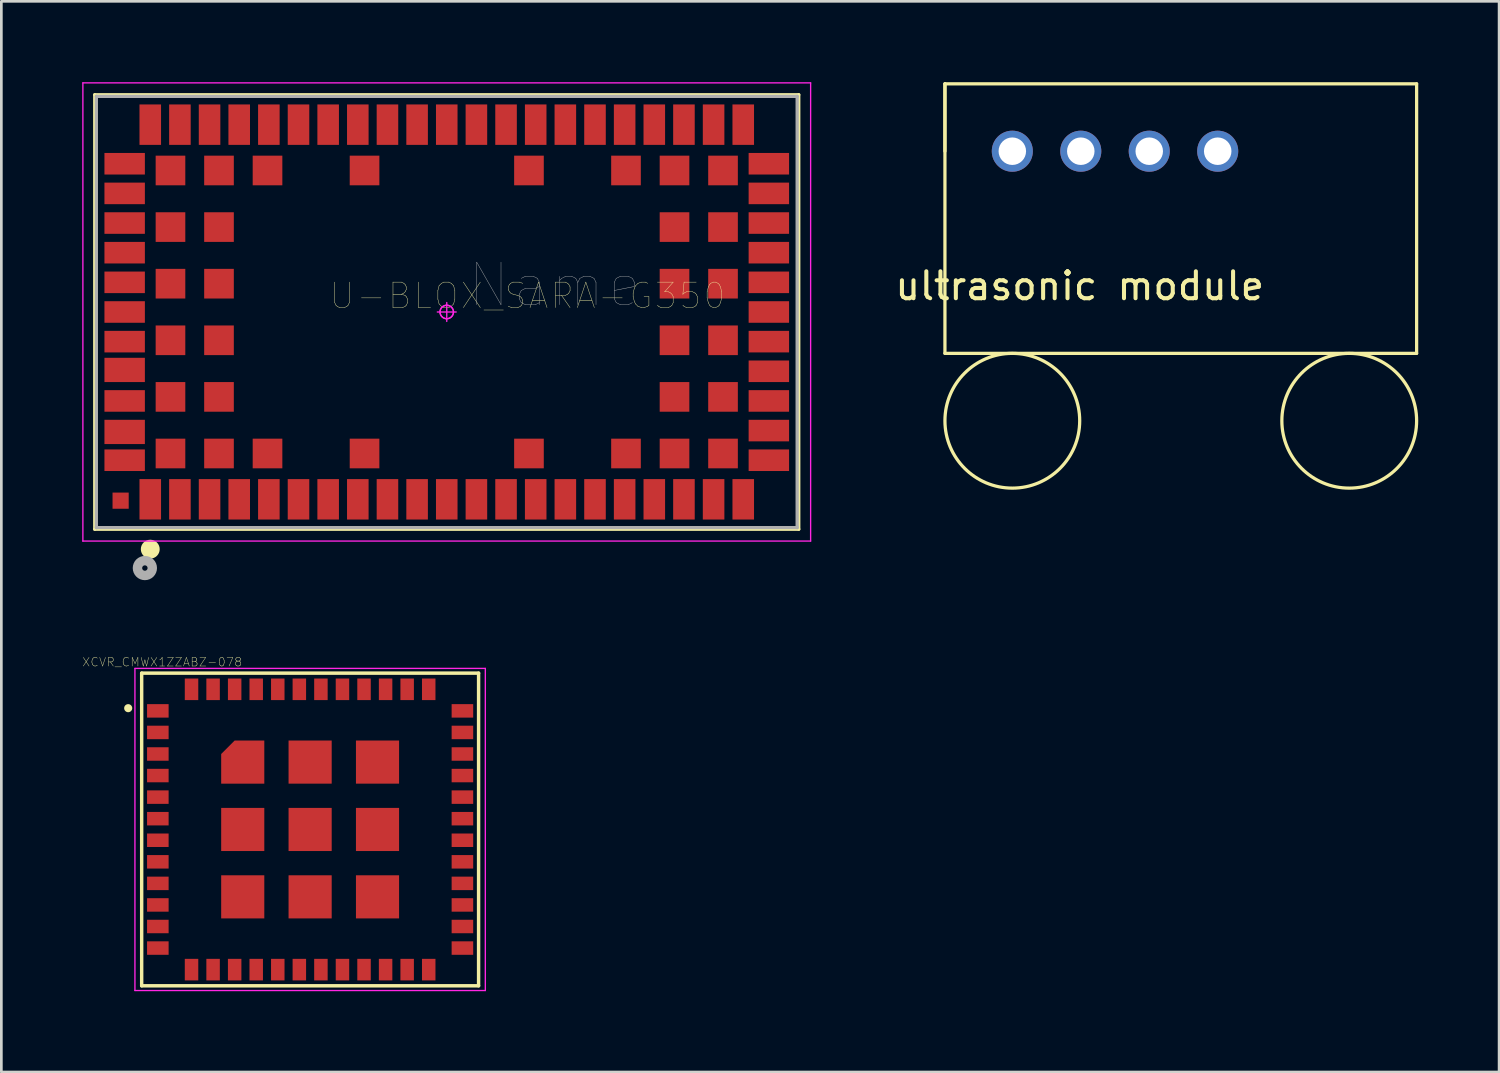
<source format=kicad_pcb>
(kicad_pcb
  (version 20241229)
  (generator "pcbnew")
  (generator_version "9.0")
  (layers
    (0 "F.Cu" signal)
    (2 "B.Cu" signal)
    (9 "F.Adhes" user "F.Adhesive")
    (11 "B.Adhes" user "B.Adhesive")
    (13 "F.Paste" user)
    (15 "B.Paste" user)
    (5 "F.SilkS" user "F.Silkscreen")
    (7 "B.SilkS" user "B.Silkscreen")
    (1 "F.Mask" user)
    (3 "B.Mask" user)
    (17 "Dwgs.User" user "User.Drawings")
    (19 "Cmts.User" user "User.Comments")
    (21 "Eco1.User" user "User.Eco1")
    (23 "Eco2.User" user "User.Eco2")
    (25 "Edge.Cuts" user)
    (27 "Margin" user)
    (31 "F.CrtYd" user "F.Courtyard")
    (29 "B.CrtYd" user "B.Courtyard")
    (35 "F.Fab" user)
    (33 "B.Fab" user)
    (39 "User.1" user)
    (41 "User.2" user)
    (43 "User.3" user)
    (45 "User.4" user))
  (footprint "U-BLOX_SARA-G350"
    (layer "F.Cu")
    (at 13.525 8.525)
    (property "Reference" "U-BLOX_SARA-G350" (at 3 -0.6 0) (layer "F.SilkS") (effects (font (size 0.945 0.945) (thickness 0.015))))
    (fp_line (start -13.06 -8.06) (end 13.06 -8.06) (stroke (width 0.12) (type solid)) (layer "F.SilkS"))
    (fp_line (start -13.06 8.06) (end -13.06 -8.06) (stroke (width 0.12) (type solid)) (layer "F.SilkS"))
    (fp_line (start 13.06 -8.06) (end 13.06 8.06) (stroke (width 0.12) (type solid)) (layer "F.SilkS"))
    (fp_line (start 13.06 8.06) (end -13.06 8.06) (stroke (width 0.12) (type solid)) (layer "F.SilkS"))
    (fp_circle (center -11 8.8) (end -10.825 8.8) (stroke (width 0.35) (type solid)) (fill no) (layer "F.SilkS"))
    (fp_line (start -13.5 -8.5) (end 13.5 -8.5) (stroke (width 0.05) (type solid)) (layer "F.CrtYd"))
    (fp_line (start -13.5 8.5) (end -13.5 -8.5) (stroke (width 0.05) (type solid)) (layer "F.CrtYd"))
    (fp_line (start 0 -0.35) (end 0 0.35) (stroke (width 0.05) (type solid)) (layer "F.CrtYd"))
    (fp_line (start 0.35 0) (end -0.35 0) (stroke (width 0.05) (type solid)) (layer "F.CrtYd"))
    (fp_line (start 13.5 -8.5) (end 13.5 8.5) (stroke (width 0.05) (type solid)) (layer "F.CrtYd"))
    (fp_line (start 13.5 8.5) (end -13.5 8.5) (stroke (width 0.05) (type solid)) (layer "F.CrtYd"))
    (fp_circle (center 0 0) (end 0.25 0) (stroke (width 0.05) (type solid)) (fill no) (layer "F.CrtYd"))
    (fp_circle (center 0 0) (end 0.25 0) (stroke (width 0.05) (type solid)) (fill no) (layer "F.CrtYd"))
    (fp_line (start -13 -8) (end 13 -8) (stroke (width 0.12) (type solid)) (layer "F.Fab"))
    (fp_line (start -13 8) (end -13 -8) (stroke (width 0.12) (type solid)) (layer "F.Fab"))
    (fp_line (start 13 -8) (end 13 8) (stroke (width 0.12) (type solid)) (layer "F.Fab"))
    (fp_line (start 13 8) (end -13 8) (stroke (width 0.12) (type solid)) (layer "F.Fab"))
    (fp_circle (center -11.2 9.5) (end -11.1 9.5) (stroke (width 0.35) (type solid)) (fill no) (layer "F.Fab"))
    (fp_text user "Name" (at 4 -1 0) (layer "F.Fab") (effects (font (size 1.575 1.575) (thickness 0.015))))
    (pad "1" smd rect (at -11 6.95) (size 0.8 1.5) (layers "F.Cu" "F.Mask" "F.Paste"))
    (pad "2" smd rect (at -9.9 6.95) (size 0.8 1.5) (layers "F.Cu" "F.Mask" "F.Paste"))
    (pad "3" smd rect (at -8.8 6.95) (size 0.8 1.5) (layers "F.Cu" "F.Mask" "F.Paste"))
    (pad "4" smd rect (at -7.7 6.95) (size 0.8 1.5) (layers "F.Cu" "F.Mask" "F.Paste"))
    (pad "5" smd rect (at -6.6 6.95) (size 0.8 1.5) (layers "F.Cu" "F.Mask" "F.Paste"))
    (pad "6" smd rect (at -5.5 6.95) (size 0.8 1.5) (layers "F.Cu" "F.Mask" "F.Paste"))
    (pad "7" smd rect (at -4.4 6.95) (size 0.8 1.5) (layers "F.Cu" "F.Mask" "F.Paste"))
    (pad "8" smd rect (at -3.3 6.95) (size 0.8 1.5) (layers "F.Cu" "F.Mask" "F.Paste"))
    (pad "9" smd rect (at -2.2 6.95) (size 0.8 1.5) (layers "F.Cu" "F.Mask" "F.Paste"))
    (pad "10" smd rect (at -1.1 6.95) (size 0.8 1.5) (layers "F.Cu" "F.Mask" "F.Paste"))
    (pad "11" smd rect (at 0 6.95) (size 0.8 1.5) (layers "F.Cu" "F.Mask" "F.Paste"))
    (pad "12" smd rect (at 1.1 6.95) (size 0.8 1.5) (layers "F.Cu" "F.Mask" "F.Paste"))
    (pad "13" smd rect (at 2.2 6.95) (size 0.8 1.5) (layers "F.Cu" "F.Mask" "F.Paste"))
    (pad "14" smd rect (at 3.3 6.95) (size 0.8 1.5) (layers "F.Cu" "F.Mask" "F.Paste"))
    (pad "15" smd rect (at 4.4 6.95) (size 0.8 1.5) (layers "F.Cu" "F.Mask" "F.Paste"))
    (pad "16" smd rect (at 5.5 6.95) (size 0.8 1.5) (layers "F.Cu" "F.Mask" "F.Paste"))
    (pad "17" smd rect (at 6.6 6.95) (size 0.8 1.5) (layers "F.Cu" "F.Mask" "F.Paste"))
    (pad "18" smd rect (at 7.7 6.95) (size 0.8 1.5) (layers "F.Cu" "F.Mask" "F.Paste"))
    (pad "19" smd rect (at 8.8 6.95) (size 0.8 1.5) (layers "F.Cu" "F.Mask" "F.Paste"))
    (pad "20" smd rect (at 9.9 6.95) (size 0.8 1.5) (layers "F.Cu" "F.Mask" "F.Paste"))
    (pad "21" smd rect (at 11 6.95) (size 0.8 1.5) (layers "F.Cu" "F.Mask" "F.Paste"))
    (pad "22" smd rect (at 11.95 5.5) (size 1.5 0.8) (layers "F.Cu" "F.Mask" "F.Paste"))
    (pad "23" smd rect (at 11.95 4.4) (size 1.5 0.8) (layers "F.Cu" "F.Mask" "F.Paste"))
    (pad "24" smd rect (at 11.95 3.3) (size 1.5 0.8) (layers "F.Cu" "F.Mask" "F.Paste"))
    (pad "25" smd rect (at 11.95 2.2) (size 1.5 0.8) (layers "F.Cu" "F.Mask" "F.Paste"))
    (pad "26" smd rect (at 11.95 1.1) (size 1.5 0.8) (layers "F.Cu" "F.Mask" "F.Paste"))
    (pad "27" smd rect (at 11.95 0) (size 1.5 0.8) (layers "F.Cu" "F.Mask" "F.Paste"))
    (pad "28" smd rect (at 11.95 -1.1) (size 1.5 0.8) (layers "F.Cu" "F.Mask" "F.Paste"))
    (pad "29" smd rect (at 11.95 -2.2) (size 1.5 0.8) (layers "F.Cu" "F.Mask" "F.Paste"))
    (pad "30" smd rect (at 11.95 -3.3) (size 1.5 0.8) (layers "F.Cu" "F.Mask" "F.Paste"))
    (pad "31" smd rect (at 11.95 -4.4) (size 1.5 0.8) (layers "F.Cu" "F.Mask" "F.Paste"))
    (pad "32" smd rect (at 11.95 -5.5) (size 1.5 0.8) (layers "F.Cu" "F.Mask" "F.Paste"))
    (pad "33" smd rect (at 11 -6.95) (size 0.8 1.5) (layers "F.Cu" "F.Mask" "F.Paste"))
    (pad "34" smd rect (at 9.9 -6.95) (size 0.8 1.5) (layers "F.Cu" "F.Mask" "F.Paste"))
    (pad "35" smd rect (at 8.8 -6.95) (size 0.8 1.5) (layers "F.Cu" "F.Mask" "F.Paste"))
    (pad "36" smd rect (at 7.7 -6.95) (size 0.8 1.5) (layers "F.Cu" "F.Mask" "F.Paste"))
    (pad "37" smd rect (at 6.6 -6.95) (size 0.8 1.5) (layers "F.Cu" "F.Mask" "F.Paste"))
    (pad "38" smd rect (at 5.5 -6.95) (size 0.8 1.5) (layers "F.Cu" "F.Mask" "F.Paste"))
    (pad "39" smd rect (at 4.4 -6.95) (size 0.8 1.5) (layers "F.Cu" "F.Mask" "F.Paste"))
    (pad "40" smd rect (at 3.3 -6.95) (size 0.8 1.5) (layers "F.Cu" "F.Mask" "F.Paste"))
    (pad "41" smd rect (at 2.2 -6.95) (size 0.8 1.5) (layers "F.Cu" "F.Mask" "F.Paste"))
    (pad "42" smd rect (at 1.1 -6.95) (size 0.8 1.5) (layers "F.Cu" "F.Mask" "F.Paste"))
    (pad "43" smd rect (at 0 -6.95) (size 0.8 1.5) (layers "F.Cu" "F.Mask" "F.Paste"))
    (pad "44" smd rect (at -1.1 -6.95) (size 0.8 1.5) (layers "F.Cu" "F.Mask" "F.Paste"))
    (pad "45" smd rect (at -2.2 -6.95) (size 0.8 1.5) (layers "F.Cu" "F.Mask" "F.Paste"))
    (pad "46" smd rect (at -3.3 -6.95) (size 0.8 1.5) (layers "F.Cu" "F.Mask" "F.Paste"))
    (pad "47" smd rect (at -4.4 -6.95) (size 0.8 1.5) (layers "F.Cu" "F.Mask" "F.Paste"))
    (pad "48" smd rect (at -5.5 -6.95) (size 0.8 1.5) (layers "F.Cu" "F.Mask" "F.Paste"))
    (pad "49" smd rect (at -6.6 -6.95) (size 0.8 1.5) (layers "F.Cu" "F.Mask" "F.Paste"))
    (pad "50" smd rect (at -7.7 -6.95) (size 0.8 1.5) (layers "F.Cu" "F.Mask" "F.Paste"))
    (pad "51" smd rect (at -8.8 -6.95) (size 0.8 1.5) (layers "F.Cu" "F.Mask" "F.Paste"))
    (pad "52" smd rect (at -9.9 -6.95) (size 0.8 1.5) (layers "F.Cu" "F.Mask" "F.Paste"))
    (pad "53" smd rect (at -11 -6.95) (size 0.8 1.5) (layers "F.Cu" "F.Mask" "F.Paste"))
    (pad "54" smd rect (at -11.95 -5.5) (size 1.5 0.8) (layers "F.Cu" "F.Mask" "F.Paste"))
    (pad "55" smd rect (at -11.95 -4.4) (size 1.5 0.8) (layers "F.Cu" "F.Mask" "F.Paste"))
    (pad "56" smd rect (at -11.95 -3.3) (size 1.5 0.8) (layers "F.Cu" "F.Mask" "F.Paste"))
    (pad "57" smd rect (at -11.95 -2.2) (size 1.5 0.8) (layers "F.Cu" "F.Mask" "F.Paste"))
    (pad "58" smd rect (at -11.95 -1.1) (size 1.5 0.8) (layers "F.Cu" "F.Mask" "F.Paste"))
    (pad "59" smd rect (at -11.95 0) (size 1.5 0.8) (layers "F.Cu" "F.Mask" "F.Paste"))
    (pad "60" smd rect (at -11.95 1.1) (size 1.5 0.8) (layers "F.Cu" "F.Mask" "F.Paste"))
    (pad "61" smd rect (at -11.95 2.15) (size 1.5 0.9) (layers "F.Cu" "F.Mask" "F.Paste"))
    (pad "62" smd rect (at -11.95 3.3) (size 1.5 0.8) (layers "F.Cu" "F.Mask" "F.Paste"))
    (pad "63" smd rect (at -11.95 4.45) (size 1.5 0.9) (layers "F.Cu" "F.Mask" "F.Paste"))
    (pad "64" smd rect (at -11.95 5.5) (size 1.5 0.8) (layers "F.Cu" "F.Mask" "F.Paste"))
    (pad "65" smd rect (at -10.25 5.25) (size 1.1 1.1) (layers "F.Cu" "F.Mask" "F.Paste"))
    (pad "66" smd rect (at -10.25 3.15) (size 1.1 1.1) (layers "F.Cu" "F.Mask" "F.Paste"))
    (pad "67" smd rect (at -10.25 1.05) (size 1.1 1.1) (layers "F.Cu" "F.Mask" "F.Paste"))
    (pad "68" smd rect (at -10.25 -1.05) (size 1.1 1.1) (layers "F.Cu" "F.Mask" "F.Paste"))
    (pad "69" smd rect (at -10.25 -3.15) (size 1.1 1.1) (layers "F.Cu" "F.Mask" "F.Paste"))
    (pad "70" smd rect (at -10.25 -5.25) (size 1.1 1.1) (layers "F.Cu" "F.Mask" "F.Paste"))
    (pad "71" smd rect (at -8.45 5.25) (size 1.1 1.1) (layers "F.Cu" "F.Mask" "F.Paste"))
    (pad "72" smd rect (at -8.45 3.15) (size 1.1 1.1) (layers "F.Cu" "F.Mask" "F.Paste"))
    (pad "73" smd rect (at -8.45 1.05) (size 1.1 1.1) (layers "F.Cu" "F.Mask" "F.Paste"))
    (pad "74" smd rect (at -8.45 -1.05) (size 1.1 1.1) (layers "F.Cu" "F.Mask" "F.Paste"))
    (pad "75" smd rect (at -8.45 -3.15) (size 1.1 1.1) (layers "F.Cu" "F.Mask" "F.Paste"))
    (pad "76" smd rect (at -8.45 -5.25) (size 1.1 1.1) (layers "F.Cu" "F.Mask" "F.Paste"))
    (pad "77" smd rect (at -6.65 5.25) (size 1.1 1.1) (layers "F.Cu" "F.Mask" "F.Paste"))
    (pad "78" smd rect (at -6.65 -5.25) (size 1.1 1.1) (layers "F.Cu" "F.Mask" "F.Paste"))
    (pad "79" smd rect (at -3.05 5.25) (size 1.1 1.1) (layers "F.Cu" "F.Mask" "F.Paste"))
    (pad "80" smd rect (at -3.05 -5.25) (size 1.1 1.1) (layers "F.Cu" "F.Mask" "F.Paste"))
    (pad "81" smd rect (at 3.05 5.25) (size 1.1 1.1) (layers "F.Cu" "F.Mask" "F.Paste"))
    (pad "82" smd rect (at 3.05 -5.25) (size 1.1 1.1) (layers "F.Cu" "F.Mask" "F.Paste"))
    (pad "83" smd rect (at 6.65 5.25) (size 1.1 1.1) (layers "F.Cu" "F.Mask" "F.Paste"))
    (pad "84" smd rect (at 6.65 -5.25) (size 1.1 1.1) (layers "F.Cu" "F.Mask" "F.Paste"))
    (pad "85" smd rect (at 8.45 5.25) (size 1.1 1.1) (layers "F.Cu" "F.Mask" "F.Paste"))
    (pad "86" smd rect (at 8.45 3.15) (size 1.1 1.1) (layers "F.Cu" "F.Mask" "F.Paste"))
    (pad "87" smd rect (at 8.45 1.05) (size 1.1 1.1) (layers "F.Cu" "F.Mask" "F.Paste"))
    (pad "88" smd rect (at 8.45 -1.05) (size 1.1 1.1) (layers "F.Cu" "F.Mask" "F.Paste"))
    (pad "89" smd rect (at 8.45 -3.15) (size 1.1 1.1) (layers "F.Cu" "F.Mask" "F.Paste"))
    (pad "90" smd rect (at 8.45 -5.25) (size 1.1 1.1) (layers "F.Cu" "F.Mask" "F.Paste"))
    (pad "91" smd rect (at 10.25 5.25) (size 1.1 1.1) (layers "F.Cu" "F.Mask" "F.Paste"))
    (pad "92" smd rect (at 10.25 3.15) (size 1.1 1.1) (layers "F.Cu" "F.Mask" "F.Paste"))
    (pad "93" smd rect (at 10.25 1.05) (size 1.1 1.1) (layers "F.Cu" "F.Mask" "F.Paste"))
    (pad "94" smd rect (at 10.25 -1.05) (size 1.1 1.1) (layers "F.Cu" "F.Mask" "F.Paste"))
    (pad "95" smd rect (at 10.25 -3.15) (size 1.1 1.1) (layers "F.Cu" "F.Mask" "F.Paste"))
    (pad "96" smd rect (at 10.25 -5.25) (size 1.1 1.1) (layers "F.Cu" "F.Mask" "F.Paste"))
    (pad "97" smd rect (at -12.1 7) (size 0.6 0.6) (layers "F.Cu" "F.Mask" "F.Paste")))
  (footprint "ultrasonic module"
    (layer "F.Cu")
    (at 34.508 2.56)
    (property "Reference" "ultrasonic module" (at 2.5 5 0) (unlocked yes) (layer "F.SilkS") (effects (font (size 1 1) (thickness 0.15))))
    (fp_line (start -2.5 -2.5) (end -2.5 7.5) (stroke (width 0.12) (type solid)) (layer "F.SilkS"))
    (fp_line (start -2.5 -2.5) (end 15 -2.5) (stroke (width 0.12) (type solid)) (layer "F.SilkS"))
    (fp_line (start -2.5 0) (end -2.5 -2.5) (stroke (width 0.12) (type solid)) (layer "F.SilkS"))
    (fp_line (start -2.5 7.5) (end 15 7.5) (stroke (width 0.12) (type solid)) (layer "F.SilkS"))
    (fp_line (start 15 -2.5) (end 15 7.5) (stroke (width 0.12) (type solid)) (layer "F.SilkS"))
    (fp_circle (center 0 10) (end 2.5 10) (stroke (width 0.12) (type solid)) (fill no) (layer "F.SilkS"))
    (fp_circle (center 12.5 10) (end 15 10) (stroke (width 0.12) (type solid)) (fill no) (layer "F.SilkS"))
    (pad "1" thru_hole circle (at 0 0) (size 1.524 1.524) (drill 1.02) (layers "*.Cu" "*.Mask"))
    (pad "2" thru_hole circle (at 2.54 0) (size 1.524 1.524) (drill 1.02) (layers "*.Cu" "*.Mask"))
    (pad "3" thru_hole circle (at 5.08 0) (size 1.524 1.524) (drill 1.02) (layers "*.Cu" "*.Mask"))
    (pad "4" thru_hole circle (at 7.62 0) (size 1.524 1.524) (drill 1.02) (layers "*.Cu" "*.Mask")))
  (footprint "XCVR_CMWX1ZZABZ-078"
    (layer "F.Cu")
    (at 8.456 27.724)
    (property "Reference" "XCVR_CMWX1ZZABZ-078" (at -5.49 -6.211 0) (layer "F.SilkS") (effects (font (size 0.32 0.32) (thickness 0.015))))
    (attr through_hole)
    (fp_poly (pts (xy -1.225 -1.65) (xy -0.975 -1.65) (xy 0.975 -1.65) (xy 1.225 -1.65)) (stroke (width 0) (type solid)) (fill yes) (layer "F.Cu"))
    (fp_poly (pts (xy -1.7 -1.7) (xy -1.7 -3.3) (xy -2.8 -3.3) (xy -3.3 -2.8) (xy -3.3 -1.7)) (stroke (width 0) (type solid)) (fill yes) (layer "F.Cu"))
    (fp_poly (pts (xy -1.225 -1.65) (xy -0.975 -1.65) (xy 0.975 -1.65) (xy 1.225 -1.65)) (stroke (width 0) (type solid)) (fill yes) (layer "F.Mask"))
    (fp_poly (pts (xy -3.4 -1.6) (xy -1.6 -1.6) (xy -1.6 -3.4) (xy -2.9 -3.4) (xy -3.4 -2.9)) (stroke (width 0) (type solid)) (fill yes) (layer "F.Mask"))
    (fp_line (start -6.25 -5.8) (end -6.25 5.8) (stroke (width 0.127) (type solid)) (layer "F.SilkS"))
    (fp_line (start 6.25 -5.8) (end -6.25 -5.8) (stroke (width 0.127) (type solid)) (layer "F.SilkS"))
    (fp_line (start 6.25 5.8) (end -6.25 5.8) (stroke (width 0.127) (type solid)) (layer "F.SilkS"))
    (fp_line (start 6.25 5.8) (end 6.25 -5.8) (stroke (width 0.127) (type solid)) (layer "F.SilkS"))
    (fp_circle (center -6.75 -4.5) (end -6.6 -4.5) (stroke (width 0) (type solid)) (fill yes) (layer "F.SilkS"))
    (fp_poly (pts (xy -1.7 -1.7) (xy -1.7 -3.3) (xy -2.8 -3.3) (xy -3.3 -2.8) (xy -3.3 -1.7)) (stroke (width 0) (type solid)) (fill yes) (layer "F.Paste"))
    (fp_line (start -6.5 -5.975) (end 6.5 -5.975) (stroke (width 0.05) (type solid)) (layer "F.CrtYd"))
    (fp_line (start -6.5 5.975) (end -6.5 -5.975) (stroke (width 0.05) (type solid)) (layer "F.CrtYd"))
    (fp_line (start 6.5 -5.975) (end 6.5 5.975) (stroke (width 0.05) (type solid)) (layer "F.CrtYd"))
    (fp_line (start 6.5 5.975) (end -6.5 5.975) (stroke (width 0.05) (type solid)) (layer "F.CrtYd"))
    (pad "1" smd rect (at -5.65 -4.4) (size 0.8 0.5) (layers "F.Cu" "F.Mask" "F.Paste"))
    (pad "2" smd rect (at -5.65 -3.6) (size 0.8 0.5) (layers "F.Cu" "F.Mask" "F.Paste"))
    (pad "3" smd rect (at -5.65 -2.8) (size 0.8 0.5) (layers "F.Cu" "F.Mask" "F.Paste"))
    (pad "4" smd rect (at -5.65 -2) (size 0.8 0.5) (layers "F.Cu" "F.Mask" "F.Paste"))
    (pad "5" smd rect (at -5.65 -1.2) (size 0.8 0.5) (layers "F.Cu" "F.Mask" "F.Paste"))
    (pad "6" smd rect (at -5.65 -0.4) (size 0.8 0.5) (layers "F.Cu" "F.Mask" "F.Paste"))
    (pad "7" smd rect (at -5.65 0.4) (size 0.8 0.5) (layers "F.Cu" "F.Mask" "F.Paste"))
    (pad "8" smd rect (at -5.65 1.2) (size 0.8 0.5) (layers "F.Cu" "F.Mask" "F.Paste"))
    (pad "9" smd rect (at -5.65 2) (size 0.8 0.5) (layers "F.Cu" "F.Mask" "F.Paste"))
    (pad "10" smd rect (at -5.65 2.8) (size 0.8 0.5) (layers "F.Cu" "F.Mask" "F.Paste"))
    (pad "11" smd rect (at -5.65 3.6) (size 0.8 0.5) (layers "F.Cu" "F.Mask" "F.Paste"))
    (pad "12" smd rect (at -5.65 4.4) (size 0.8 0.5) (layers "F.Cu" "F.Mask" "F.Paste"))
    (pad "13" smd rect (at -4.4 5.2) (size 0.5 0.8) (layers "F.Cu" "F.Mask" "F.Paste"))
    (pad "14" smd rect (at -3.6 5.2) (size 0.5 0.8) (layers "F.Cu" "F.Mask" "F.Paste"))
    (pad "15" smd rect (at -2.8 5.2) (size 0.5 0.8) (layers "F.Cu" "F.Mask" "F.Paste"))
    (pad "16" smd rect (at -2 5.2) (size 0.5 0.8) (layers "F.Cu" "F.Mask" "F.Paste"))
    (pad "17" smd rect (at -1.2 5.2) (size 0.5 0.8) (layers "F.Cu" "F.Mask" "F.Paste"))
    (pad "18" smd rect (at -0.4 5.2) (size 0.5 0.8) (layers "F.Cu" "F.Mask" "F.Paste"))
    (pad "19" smd rect (at 0.4 5.2) (size 0.5 0.8) (layers "F.Cu" "F.Mask" "F.Paste"))
    (pad "20" smd rect (at 1.2 5.2) (size 0.5 0.8) (layers "F.Cu" "F.Mask" "F.Paste"))
    (pad "21" smd rect (at 2 5.2) (size 0.5 0.8) (layers "F.Cu" "F.Mask" "F.Paste"))
    (pad "22" smd rect (at 2.8 5.2) (size 0.5 0.8) (layers "F.Cu" "F.Mask" "F.Paste"))
    (pad "23" smd rect (at 3.6 5.2) (size 0.5 0.8) (layers "F.Cu" "F.Mask" "F.Paste"))
    (pad "24" smd rect (at 4.4 5.2) (size 0.5 0.8) (layers "F.Cu" "F.Mask" "F.Paste"))
    (pad "25" smd rect (at 5.65 4.4) (size 0.8 0.5) (layers "F.Cu" "F.Mask" "F.Paste"))
    (pad "26" smd rect (at 5.65 3.6) (size 0.8 0.5) (layers "F.Cu" "F.Mask" "F.Paste"))
    (pad "27" smd rect (at 5.65 2.8) (size 0.8 0.5) (layers "F.Cu" "F.Mask" "F.Paste"))
    (pad "28" smd rect (at 5.65 2) (size 0.8 0.5) (layers "F.Cu" "F.Mask" "F.Paste"))
    (pad "29" smd rect (at 5.65 1.2) (size 0.8 0.5) (layers "F.Cu" "F.Mask" "F.Paste"))
    (pad "30" smd rect (at 5.65 0.4) (size 0.8 0.5) (layers "F.Cu" "F.Mask" "F.Paste"))
    (pad "31" smd rect (at 5.65 -0.4) (size 0.8 0.5) (layers "F.Cu" "F.Mask" "F.Paste"))
    (pad "32" smd rect (at 5.65 -1.2) (size 0.8 0.5) (layers "F.Cu" "F.Mask" "F.Paste"))
    (pad "33" smd rect (at 5.65 -2) (size 0.8 0.5) (layers "F.Cu" "F.Mask" "F.Paste"))
    (pad "34" smd rect (at 5.65 -2.8) (size 0.8 0.5) (layers "F.Cu" "F.Mask" "F.Paste"))
    (pad "35" smd rect (at 5.65 -3.6) (size 0.8 0.5) (layers "F.Cu" "F.Mask" "F.Paste"))
    (pad "36" smd rect (at 5.65 -4.4) (size 0.8 0.5) (layers "F.Cu" "F.Mask" "F.Paste"))
    (pad "37" smd rect (at 4.4 -5.2) (size 0.5 0.8) (layers "F.Cu" "F.Mask" "F.Paste"))
    (pad "38" smd rect (at 3.6 -5.2) (size 0.5 0.8) (layers "F.Cu" "F.Mask" "F.Paste"))
    (pad "39" smd rect (at 2.8 -5.2) (size 0.5 0.8) (layers "F.Cu" "F.Mask" "F.Paste"))
    (pad "40" smd rect (at 2 -5.2) (size 0.5 0.8) (layers "F.Cu" "F.Mask" "F.Paste"))
    (pad "41" smd rect (at 1.2 -5.2) (size 0.5 0.8) (layers "F.Cu" "F.Mask" "F.Paste"))
    (pad "42" smd rect (at 0.4 -5.2) (size 0.5 0.8) (layers "F.Cu" "F.Mask" "F.Paste"))
    (pad "43" smd rect (at -0.4 -5.2) (size 0.5 0.8) (layers "F.Cu" "F.Mask" "F.Paste"))
    (pad "44" smd rect (at -1.2 -5.2) (size 0.5 0.8) (layers "F.Cu" "F.Mask" "F.Paste"))
    (pad "45" smd rect (at -2 -5.2) (size 0.5 0.8) (layers "F.Cu" "F.Mask" "F.Paste"))
    (pad "46" smd rect (at -2.8 -5.2) (size 0.5 0.8) (layers "F.Cu" "F.Mask" "F.Paste"))
    (pad "47" smd rect (at -3.6 -5.2) (size 0.5 0.8) (layers "F.Cu" "F.Mask" "F.Paste"))
    (pad "48" smd rect (at -4.4 -5.2) (size 0.5 0.8) (layers "F.Cu" "F.Mask" "F.Paste"))
    (pad "49" smd rect (at -2.5 -2.5) (size 1 1) (layers "F.Cu" "F.Mask" "F.Paste"))
    (pad "50" smd rect (at 0 -2.5) (size 1.6 1.6) (layers "F.Cu" "F.Mask" "F.Paste"))
    (pad "51" smd rect (at 2.5 -2.5) (size 1.6 1.6) (layers "F.Cu" "F.Mask" "F.Paste"))
    (pad "52" smd rect (at -2.5 0) (size 1.6 1.6) (layers "F.Cu" "F.Mask" "F.Paste"))
    (pad "53" smd rect (at 0 0) (size 1.6 1.6) (layers "F.Cu" "F.Mask" "F.Paste"))
    (pad "54" smd rect (at 2.5 0) (size 1.6 1.6) (layers "F.Cu" "F.Mask" "F.Paste"))
    (pad "55" smd rect (at -2.5 2.5) (size 1.6 1.6) (layers "F.Cu" "F.Mask" "F.Paste"))
    (pad "56" smd rect (at 0 2.5) (size 1.6 1.6) (layers "F.Cu" "F.Mask" "F.Paste"))
    (pad "57" smd rect (at 2.5 2.5) (size 1.6 1.6) (layers "F.Cu" "F.Mask" "F.Paste")))
  (gr_rect
    (start -3 -3)
    (end 52.568 36.724)
    (stroke (width 0.1) (type default))
    (fill no)
    (layer "Edge.Cuts")))
</source>
